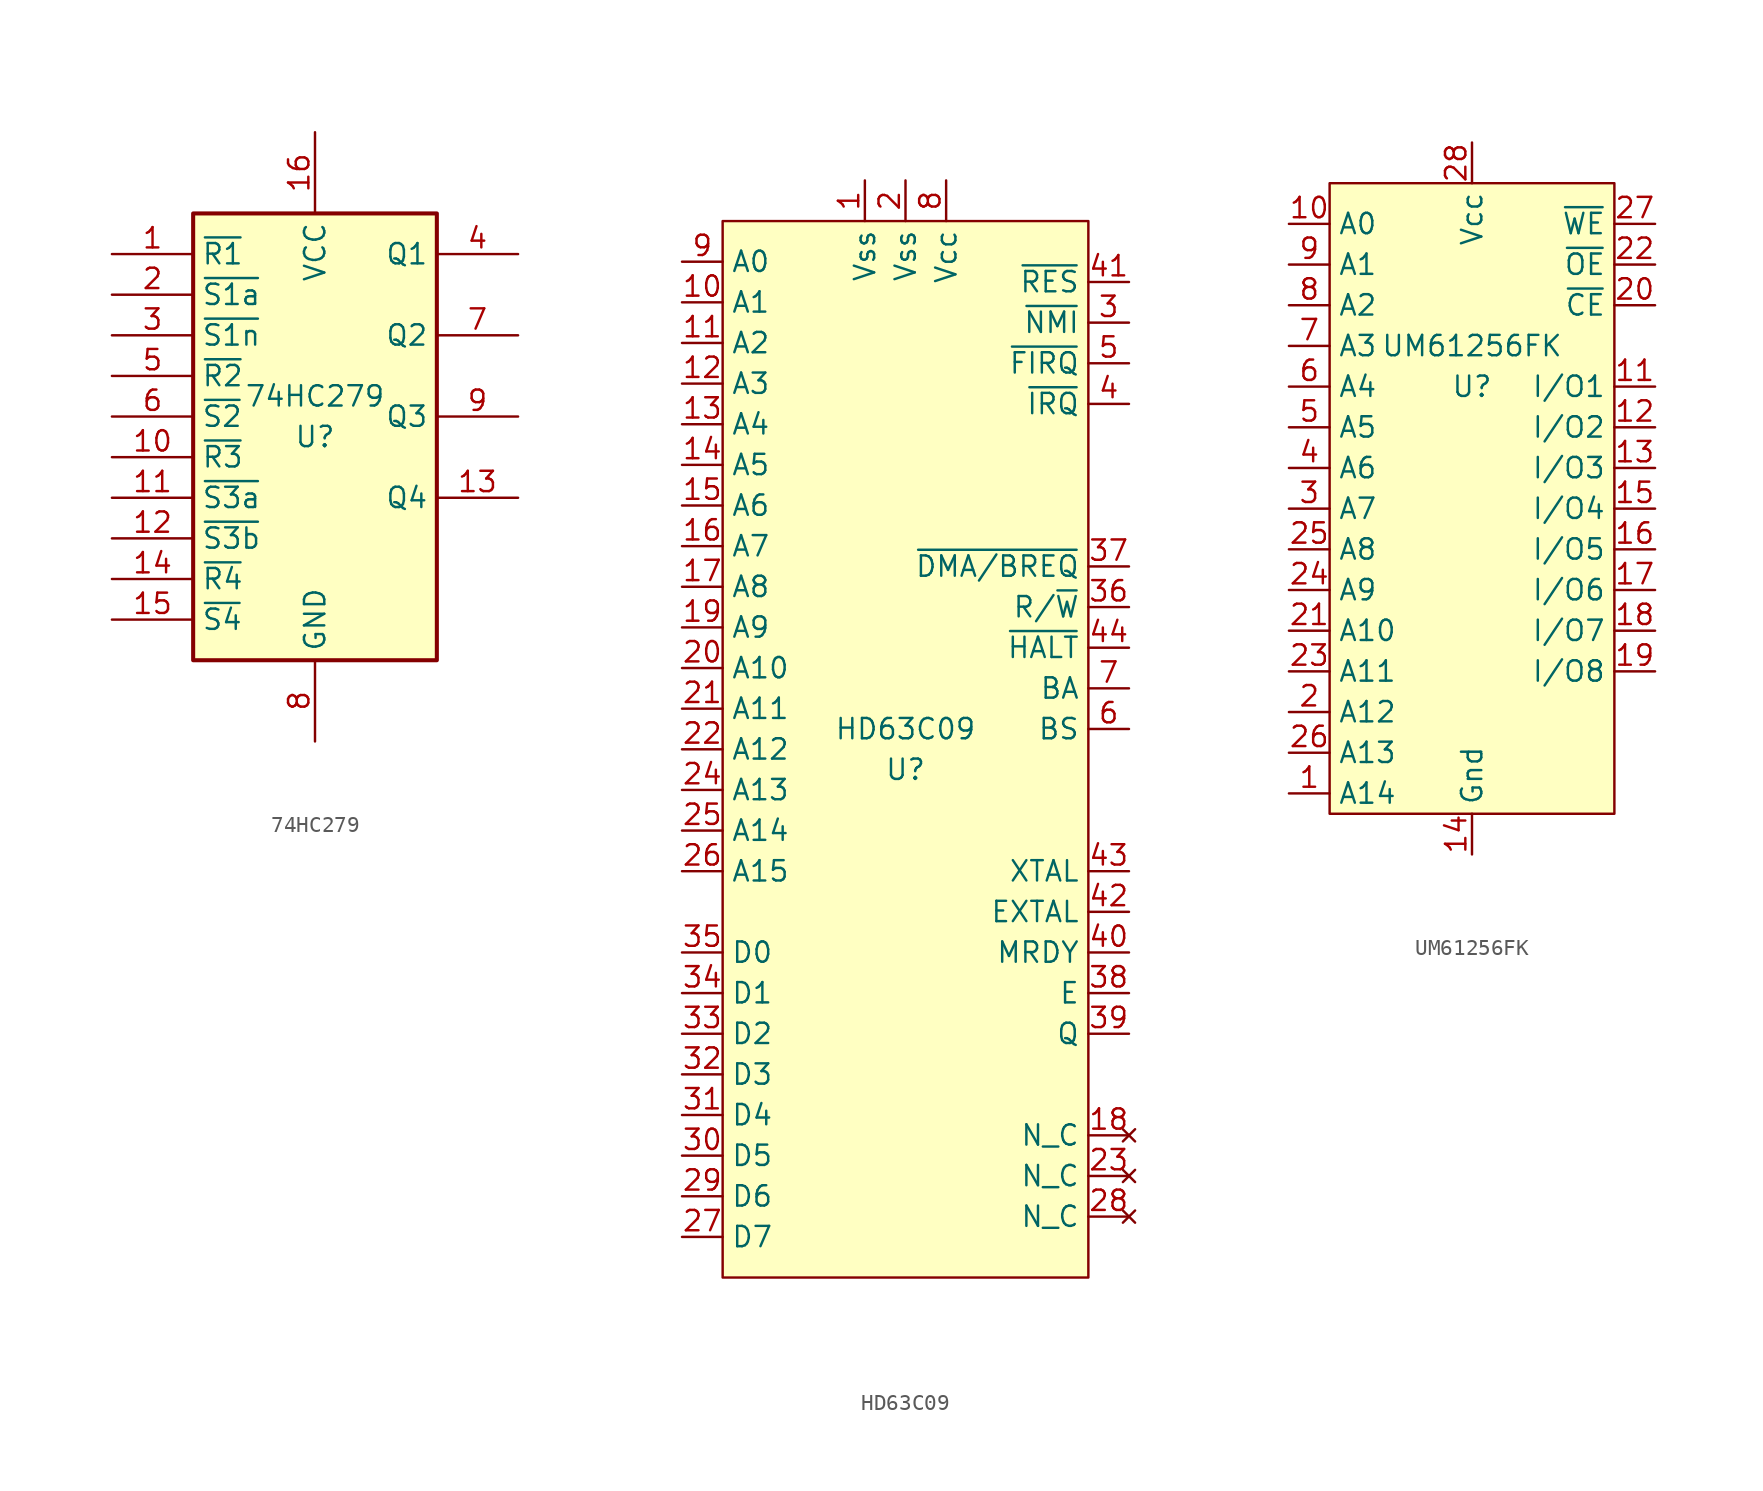
<source format=kicad_sym>
(kicad_symbol_lib
  (version 20211014)
  (generator kicad_symbol_editor)
  (symbol "74HC279"
    (property "Reference" "U"
      (at 0 0 0)
      (effects (font (size 1.27 1.27))))
    (property "Value" "74HC279"
      (at 0 2.54 0)
      (effects (font (size 1.27 1.27))))
    (symbol "74HC279_1_0"
      (pin input line (at -12.7 11.43 0) (length 5.08) (name "~{R1}" (effects (font (size 1.27 1.27)))) (number "1" (effects (font (size 1.27 1.27)))))
      (pin input line (at -12.7 -1.27 0) (length 5.08) (name "~{R3}" (effects (font (size 1.27 1.27)))) (number "10" (effects (font (size 1.27 1.27)))))
      (pin input line (at -12.7 -3.81 0) (length 5.08) (name "~{S3a}" (effects (font (size 1.27 1.27)))) (number "11" (effects (font (size 1.27 1.27)))))
      (pin input line (at -12.7 -6.35 0) (length 5.08) (name "~{S3b}" (effects (font (size 1.27 1.27)))) (number "12" (effects (font (size 1.27 1.27)))))
      (pin output line (at 12.7 -3.81 180) (length 5.08) (name "Q4" (effects (font (size 1.27 1.27)))) (number "13" (effects (font (size 1.27 1.27)))))
      (pin input line (at -12.7 -8.89 0) (length 5.08) (name "~{R4}" (effects (font (size 1.27 1.27)))) (number "14" (effects (font (size 1.27 1.27)))))
      (pin input line (at -12.7 -11.43 0) (length 5.08) (name "~{S4}" (effects (font (size 1.27 1.27)))) (number "15" (effects (font (size 1.27 1.27)))))
      (pin power_in line (at 0 19.05 270) (length 5.08) (name "VCC" (effects (font (size 1.27 1.27)))) (number "16" (effects (font (size 1.27 1.27)))))
      (pin input line (at -12.7 8.89 0) (length 5.08) (name "~{S1a}" (effects (font (size 1.27 1.27)))) (number "2" (effects (font (size 1.27 1.27)))))
      (pin input line (at -12.7 6.35 0) (length 5.08) (name "~{S1n}" (effects (font (size 1.27 1.27)))) (number "3" (effects (font (size 1.27 1.27)))))
      (pin output line (at 12.7 11.43 180) (length 5.08) (name "Q1" (effects (font (size 1.27 1.27)))) (number "4" (effects (font (size 1.27 1.27)))))
      (pin input line (at -12.7 3.81 0) (length 5.08) (name "~{R2}" (effects (font (size 1.27 1.27)))) (number "5" (effects (font (size 1.27 1.27)))))
      (pin input line (at -12.7 1.27 0) (length 5.08) (name "~{S2}" (effects (font (size 1.27 1.27)))) (number "6" (effects (font (size 1.27 1.27)))))
      (pin output line (at 12.7 6.35 180) (length 5.08) (name "Q2" (effects (font (size 1.27 1.27)))) (number "7" (effects (font (size 1.27 1.27)))))
      (pin power_in line (at 0 -19.05 90) (length 5.08) (name "GND" (effects (font (size 1.27 1.27)))) (number "8" (effects (font (size 1.27 1.27)))))
      (pin output line (at 12.7 1.27 180) (length 5.08) (name "Q3" (effects (font (size 1.27 1.27)))) (number "9" (effects (font (size 1.27 1.27))))))
    (symbol "74HC279_1_1"
      (rectangle (start -7.62 13.97) (end 7.62 -13.97) (stroke (width 0.254) (type default) (color 0 0 0 0)) (fill (type background)))))
  (symbol "HD63C09"
    (property "Reference" "U"
      (at 0 -6.35 0)
      (effects (font (size 1.27 1.27))))
    (property "Value" "HD63C09"
      (at 0 -3.81 0)
      (effects (font (size 1.27 1.27))))
    (symbol "HD63C09_0_1"
      (rectangle (start -11.43 27.94) (end 11.43 -38.1) (stroke (width 0) (type default) (color 0 0 0 0)) (fill (type background))))
    (symbol "HD63C09_1_1"
      (pin power_in line (at -2.54 30.48 270) (length 2.54) (name "Vss" (effects (font (size 1.27 1.27)))) (number "1" (effects (font (size 1.27 1.27)))))
      (pin output line (at -13.97 22.86 0) (length 2.54) (name "A1" (effects (font (size 1.27 1.27)))) (number "10" (effects (font (size 1.27 1.27)))))
      (pin output line (at -13.97 20.32 0) (length 2.54) (name "A2" (effects (font (size 1.27 1.27)))) (number "11" (effects (font (size 1.27 1.27)))))
      (pin output line (at -13.97 17.78 0) (length 2.54) (name "A3" (effects (font (size 1.27 1.27)))) (number "12" (effects (font (size 1.27 1.27)))))
      (pin output line (at -13.97 15.24 0) (length 2.54) (name "A4" (effects (font (size 1.27 1.27)))) (number "13" (effects (font (size 1.27 1.27)))))
      (pin output line (at -13.97 12.7 0) (length 2.54) (name "A5" (effects (font (size 1.27 1.27)))) (number "14" (effects (font (size 1.27 1.27)))))
      (pin output line (at -13.97 10.16 0) (length 2.54) (name "A6" (effects (font (size 1.27 1.27)))) (number "15" (effects (font (size 1.27 1.27)))))
      (pin output line (at -13.97 7.62 0) (length 2.54) (name "A7" (effects (font (size 1.27 1.27)))) (number "16" (effects (font (size 1.27 1.27)))))
      (pin output line (at -13.97 5.08 0) (length 2.54) (name "A8" (effects (font (size 1.27 1.27)))) (number "17" (effects (font (size 1.27 1.27)))))
      (pin no_connect line (at 13.97 -29.21 180) (length 2.54) (name "N_C" (effects (font (size 1.27 1.27)))) (number "18" (effects (font (size 1.27 1.27)))))
      (pin output line (at -13.97 2.54 0) (length 2.54) (name "A9" (effects (font (size 1.27 1.27)))) (number "19" (effects (font (size 1.27 1.27)))))
      (pin power_in line (at 0 30.48 270) (length 2.54) (name "Vss" (effects (font (size 1.27 1.27)))) (number "2" (effects (font (size 1.27 1.27)))))
      (pin output line (at -13.97 0 0) (length 2.54) (name "A10" (effects (font (size 1.27 1.27)))) (number "20" (effects (font (size 1.27 1.27)))))
      (pin output line (at -13.97 -2.54 0) (length 2.54) (name "A11" (effects (font (size 1.27 1.27)))) (number "21" (effects (font (size 1.27 1.27)))))
      (pin output line (at -13.97 -5.08 0) (length 2.54) (name "A12" (effects (font (size 1.27 1.27)))) (number "22" (effects (font (size 1.27 1.27)))))
      (pin no_connect line (at 13.97 -31.75 180) (length 2.54) (name "N_C" (effects (font (size 1.27 1.27)))) (number "23" (effects (font (size 1.27 1.27)))))
      (pin output line (at -13.97 -7.62 0) (length 2.54) (name "A13" (effects (font (size 1.27 1.27)))) (number "24" (effects (font (size 1.27 1.27)))))
      (pin output line (at -13.97 -10.16 0) (length 2.54) (name "A14" (effects (font (size 1.27 1.27)))) (number "25" (effects (font (size 1.27 1.27)))))
      (pin output line (at -13.97 -12.7 0) (length 2.54) (name "A15" (effects (font (size 1.27 1.27)))) (number "26" (effects (font (size 1.27 1.27)))))
      (pin bidirectional line (at -13.97 -35.56 0) (length 2.54) (name "D7" (effects (font (size 1.27 1.27)))) (number "27" (effects (font (size 1.27 1.27)))))
      (pin no_connect line (at 13.97 -34.29 180) (length 2.54) (name "N_C" (effects (font (size 1.27 1.27)))) (number "28" (effects (font (size 1.27 1.27)))))
      (pin bidirectional line (at -13.97 -33.02 0) (length 2.54) (name "D6" (effects (font (size 1.27 1.27)))) (number "29" (effects (font (size 1.27 1.27)))))
      (pin input line (at 13.97 21.59 180) (length 2.54) (name "~{NMI}" (effects (font (size 1.27 1.27)))) (number "3" (effects (font (size 1.27 1.27)))))
      (pin bidirectional line (at -13.97 -30.48 0) (length 2.54) (name "D5" (effects (font (size 1.27 1.27)))) (number "30" (effects (font (size 1.27 1.27)))))
      (pin bidirectional line (at -13.97 -27.94 0) (length 2.54) (name "D4" (effects (font (size 1.27 1.27)))) (number "31" (effects (font (size 1.27 1.27)))))
      (pin bidirectional line (at -13.97 -25.4 0) (length 2.54) (name "D3" (effects (font (size 1.27 1.27)))) (number "32" (effects (font (size 1.27 1.27)))))
      (pin bidirectional line (at -13.97 -22.86 0) (length 2.54) (name "D2" (effects (font (size 1.27 1.27)))) (number "33" (effects (font (size 1.27 1.27)))))
      (pin bidirectional line (at -13.97 -20.32 0) (length 2.54) (name "D1" (effects (font (size 1.27 1.27)))) (number "34" (effects (font (size 1.27 1.27)))))
      (pin bidirectional line (at -13.97 -17.78 0) (length 2.54) (name "D0" (effects (font (size 1.27 1.27)))) (number "35" (effects (font (size 1.27 1.27)))))
      (pin output line (at 13.97 3.81 180) (length 2.54) (name "R/~{W}" (effects (font (size 1.27 1.27)))) (number "36" (effects (font (size 1.27 1.27)))))
      (pin input line (at 13.97 6.35 180) (length 2.54) (name "~{DMA/BREQ}" (effects (font (size 1.27 1.27)))) (number "37" (effects (font (size 1.27 1.27)))))
      (pin output line (at 13.97 -20.32 180) (length 2.54) (name "E" (effects (font (size 1.27 1.27)))) (number "38" (effects (font (size 1.27 1.27)))))
      (pin output line (at 13.97 -22.86 180) (length 2.54) (name "Q" (effects (font (size 1.27 1.27)))) (number "39" (effects (font (size 1.27 1.27)))))
      (pin input line (at 13.97 16.51 180) (length 2.54) (name "~{IRQ}" (effects (font (size 1.27 1.27)))) (number "4" (effects (font (size 1.27 1.27)))))
      (pin input line (at 13.97 -17.78 180) (length 2.54) (name "MRDY" (effects (font (size 1.27 1.27)))) (number "40" (effects (font (size 1.27 1.27)))))
      (pin input line (at 13.97 24.13 180) (length 2.54) (name "~{RES}" (effects (font (size 1.27 1.27)))) (number "41" (effects (font (size 1.27 1.27)))))
      (pin input line (at 13.97 -15.24 180) (length 2.54) (name "EXTAL" (effects (font (size 1.27 1.27)))) (number "42" (effects (font (size 1.27 1.27)))))
      (pin input line (at 13.97 -12.7 180) (length 2.54) (name "XTAL" (effects (font (size 1.27 1.27)))) (number "43" (effects (font (size 1.27 1.27)))))
      (pin input line (at 13.97 1.27 180) (length 2.54) (name "~{HALT}" (effects (font (size 1.27 1.27)))) (number "44" (effects (font (size 1.27 1.27)))))
      (pin input line (at 13.97 19.05 180) (length 2.54) (name "~{FIRQ}" (effects (font (size 1.27 1.27)))) (number "5" (effects (font (size 1.27 1.27)))))
      (pin output line (at 13.97 -3.81 180) (length 2.54) (name "BS" (effects (font (size 1.27 1.27)))) (number "6" (effects (font (size 1.27 1.27)))))
      (pin output line (at 13.97 -1.27 180) (length 2.54) (name "BA" (effects (font (size 1.27 1.27)))) (number "7" (effects (font (size 1.27 1.27)))))
      (pin power_in line (at 2.54 30.48 270) (length 2.54) (name "Vcc" (effects (font (size 1.27 1.27)))) (number "8" (effects (font (size 1.27 1.27)))))
      (pin output line (at -13.97 25.4 0) (length 2.54) (name "A0" (effects (font (size 1.27 1.27)))) (number "9" (effects (font (size 1.27 1.27)))))))
  (symbol "UM61256FK"
    (property "Reference" "U"
      (at 0 8.89 0)
      (effects (font (size 1.27 1.27))))
    (property "Value" "UM61256FK"
      (at 0 11.43 0)
      (effects (font (size 1.27 1.27))))
    (symbol "UM61256FK_0_1"
      (rectangle (start -8.89 21.59) (end 8.89 -17.78) (stroke (width 0) (type default) (color 0 0 0 0)) (fill (type background))))
    (symbol "UM61256FK_1_1"
      (pin input line (at -11.43 -16.51 0) (length 2.54) (name "A14" (effects (font (size 1.27 1.27)))) (number "1" (effects (font (size 1.27 1.27)))))
      (pin input line (at -11.43 19.05 0) (length 2.54) (name "A0" (effects (font (size 1.27 1.27)))) (number "10" (effects (font (size 1.27 1.27)))))
      (pin bidirectional line (at 11.43 8.89 180) (length 2.54) (name "I/O1" (effects (font (size 1.27 1.27)))) (number "11" (effects (font (size 1.27 1.27)))))
      (pin bidirectional line (at 11.43 6.35 180) (length 2.54) (name "I/O2" (effects (font (size 1.27 1.27)))) (number "12" (effects (font (size 1.27 1.27)))))
      (pin bidirectional line (at 11.43 3.81 180) (length 2.54) (name "I/O3" (effects (font (size 1.27 1.27)))) (number "13" (effects (font (size 1.27 1.27)))))
      (pin power_in line (at 0 -20.32 90) (length 2.54) (name "Gnd" (effects (font (size 1.27 1.27)))) (number "14" (effects (font (size 1.27 1.27)))))
      (pin bidirectional line (at 11.43 1.27 180) (length 2.54) (name "I/O4" (effects (font (size 1.27 1.27)))) (number "15" (effects (font (size 1.27 1.27)))))
      (pin bidirectional line (at 11.43 -1.27 180) (length 2.54) (name "I/O5" (effects (font (size 1.27 1.27)))) (number "16" (effects (font (size 1.27 1.27)))))
      (pin bidirectional line (at 11.43 -3.81 180) (length 2.54) (name "I/O6" (effects (font (size 1.27 1.27)))) (number "17" (effects (font (size 1.27 1.27)))))
      (pin bidirectional line (at 11.43 -6.35 180) (length 2.54) (name "I/O7" (effects (font (size 1.27 1.27)))) (number "18" (effects (font (size 1.27 1.27)))))
      (pin bidirectional line (at 11.43 -8.89 180) (length 2.54) (name "I/O8" (effects (font (size 1.27 1.27)))) (number "19" (effects (font (size 1.27 1.27)))))
      (pin input line (at -11.43 -11.43 0) (length 2.54) (name "A12" (effects (font (size 1.27 1.27)))) (number "2" (effects (font (size 1.27 1.27)))))
      (pin input line (at 11.43 13.97 180) (length 2.54) (name "~{CE}" (effects (font (size 1.27 1.27)))) (number "20" (effects (font (size 1.27 1.27)))))
      (pin input line (at -11.43 -6.35 0) (length 2.54) (name "A10" (effects (font (size 1.27 1.27)))) (number "21" (effects (font (size 1.27 1.27)))))
      (pin input line (at 11.43 16.51 180) (length 2.54) (name "~{OE}" (effects (font (size 1.27 1.27)))) (number "22" (effects (font (size 1.27 1.27)))))
      (pin input line (at -11.43 -8.89 0) (length 2.54) (name "A11" (effects (font (size 1.27 1.27)))) (number "23" (effects (font (size 1.27 1.27)))))
      (pin input line (at -11.43 -3.81 0) (length 2.54) (name "A9" (effects (font (size 1.27 1.27)))) (number "24" (effects (font (size 1.27 1.27)))))
      (pin input line (at -11.43 -1.27 0) (length 2.54) (name "A8" (effects (font (size 1.27 1.27)))) (number "25" (effects (font (size 1.27 1.27)))))
      (pin input line (at -11.43 -13.97 0) (length 2.54) (name "A13" (effects (font (size 1.27 1.27)))) (number "26" (effects (font (size 1.27 1.27)))))
      (pin input line (at 11.43 19.05 180) (length 2.54) (name "~{WE}" (effects (font (size 1.27 1.27)))) (number "27" (effects (font (size 1.27 1.27)))))
      (pin power_in line (at 0 24.13 270) (length 2.54) (name "Vcc" (effects (font (size 1.27 1.27)))) (number "28" (effects (font (size 1.27 1.27)))))
      (pin input line (at -11.43 1.27 0) (length 2.54) (name "A7" (effects (font (size 1.27 1.27)))) (number "3" (effects (font (size 1.27 1.27)))))
      (pin input line (at -11.43 3.81 0) (length 2.54) (name "A6" (effects (font (size 1.27 1.27)))) (number "4" (effects (font (size 1.27 1.27)))))
      (pin input line (at -11.43 6.35 0) (length 2.54) (name "A5" (effects (font (size 1.27 1.27)))) (number "5" (effects (font (size 1.27 1.27)))))
      (pin input line (at -11.43 8.89 0) (length 2.54) (name "A4" (effects (font (size 1.27 1.27)))) (number "6" (effects (font (size 1.27 1.27)))))
      (pin input line (at -11.43 11.43 0) (length 2.54) (name "A3" (effects (font (size 1.27 1.27)))) (number "7" (effects (font (size 1.27 1.27)))))
      (pin input line (at -11.43 13.97 0) (length 2.54) (name "A2" (effects (font (size 1.27 1.27)))) (number "8" (effects (font (size 1.27 1.27)))))
      (pin input line (at -11.43 16.51 0) (length 2.54) (name "A1" (effects (font (size 1.27 1.27)))) (number "9" (effects (font (size 1.27 1.27))))))))
</source>
